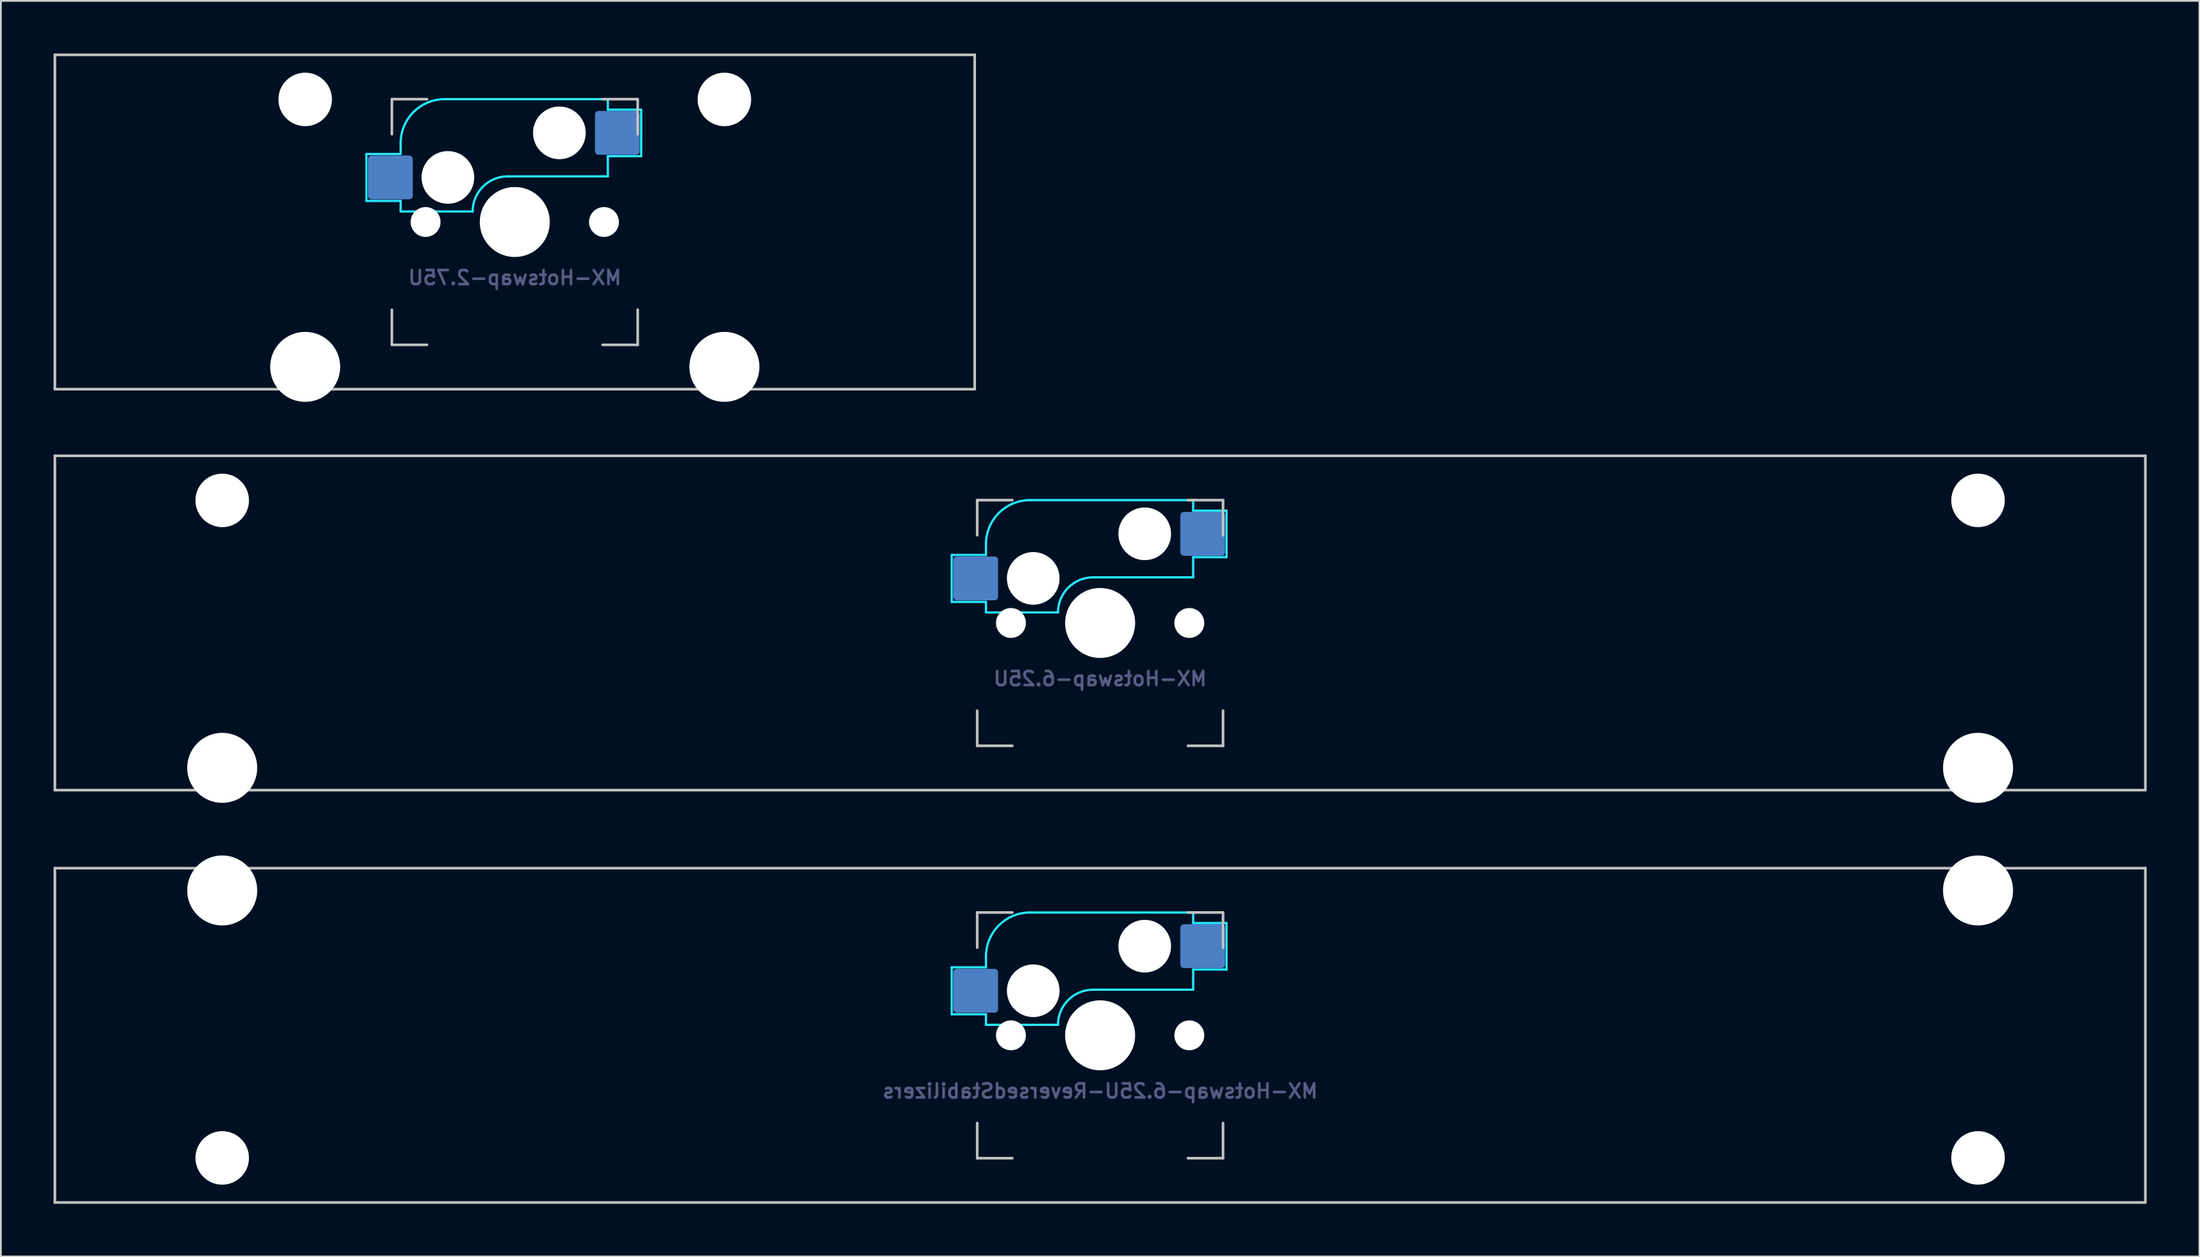
<source format=kicad_pcb>
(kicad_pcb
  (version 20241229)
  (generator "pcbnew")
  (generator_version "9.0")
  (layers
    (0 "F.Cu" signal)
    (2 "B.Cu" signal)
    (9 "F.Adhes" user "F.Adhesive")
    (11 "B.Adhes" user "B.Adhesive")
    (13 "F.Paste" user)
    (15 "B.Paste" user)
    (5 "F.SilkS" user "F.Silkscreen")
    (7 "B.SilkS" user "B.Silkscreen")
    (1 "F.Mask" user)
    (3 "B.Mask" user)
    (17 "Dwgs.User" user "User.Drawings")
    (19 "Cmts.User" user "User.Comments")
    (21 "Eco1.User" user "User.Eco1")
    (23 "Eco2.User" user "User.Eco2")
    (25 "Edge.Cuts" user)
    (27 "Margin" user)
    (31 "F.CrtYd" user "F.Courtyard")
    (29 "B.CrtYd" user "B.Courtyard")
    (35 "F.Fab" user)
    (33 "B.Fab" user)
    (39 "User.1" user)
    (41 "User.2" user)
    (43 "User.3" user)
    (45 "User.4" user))
  (footprint "MX-Hotswap-6.25U-ReversedStabilizers"
    (layer "F.Cu")
    (at 59.606 55.947)
    (property "Reference" "MX-Hotswap-6.25U-ReversedStabilizers" (at 0 3.175 0) (layer "B.Fab") (effects (font (size 0.8 0.8) (thickness 0.15)) (justify mirror)))
    (attr smd)
    (fp_line (start -59.531 9.525) (end -59.531 -9.525) (stroke (width 0.15) (type solid)) (layer "Dwgs.User"))
    (fp_line (start -7 -7) (end -7 -5) (stroke (width 0.15) (type solid)) (layer "Dwgs.User"))
    (fp_line (start -7 5) (end -7 7) (stroke (width 0.15) (type solid)) (layer "Dwgs.User"))
    (fp_line (start -7 7) (end -5 7) (stroke (width 0.15) (type solid)) (layer "Dwgs.User"))
    (fp_line (start -5 -7) (end -7 -7) (stroke (width 0.15) (type solid)) (layer "Dwgs.User"))
    (fp_line (start 5 -7) (end 7 -7) (stroke (width 0.15) (type solid)) (layer "Dwgs.User"))
    (fp_line (start 5 7) (end 7 7) (stroke (width 0.15) (type solid)) (layer "Dwgs.User"))
    (fp_line (start 7 -7) (end 7 -5) (stroke (width 0.15) (type solid)) (layer "Dwgs.User"))
    (fp_line (start 7 7) (end 7 5) (stroke (width 0.15) (type solid)) (layer "Dwgs.User"))
    (fp_line (start 59.531 -9.525) (end -59.531 -9.525) (stroke (width 0.15) (type solid)) (layer "Dwgs.User"))
    (fp_line (start 59.531 9.525) (end -59.531 9.525) (stroke (width 0.15) (type solid)) (layer "Dwgs.User"))
    (fp_line (start 59.531 9.525) (end 59.531 -9.525) (stroke (width 0.15) (type solid)) (layer "Dwgs.User"))
    (fp_line (start -8.45 -3.875) (end -8.45 -1.2) (stroke (width 0.127) (type solid)) (layer "B.CrtYd"))
    (fp_line (start -8.45 -1.2) (end -6.5 -1.2) (stroke (width 0.127) (type solid)) (layer "B.CrtYd"))
    (fp_line (start -6.5 -4.5) (end -6.5 -3.875) (stroke (width 0.127) (type solid)) (layer "B.CrtYd"))
    (fp_line (start -6.5 -3.875) (end -8.45 -3.875) (stroke (width 0.127) (type solid)) (layer "B.CrtYd"))
    (fp_line (start -6.5 -0.6) (end -6.5 -1.2) (stroke (width 0.127) (type solid)) (layer "B.CrtYd"))
    (fp_line (start -6.5 -0.6) (end -2.4 -0.6) (stroke (width 0.127) (type solid)) (layer "B.CrtYd"))
    (fp_line (start -0.4 -2.6) (end 5.3 -2.6) (stroke (width 0.127) (type solid)) (layer "B.CrtYd"))
    (fp_line (start 5.3 -7) (end -4 -7) (stroke (width 0.127) (type solid)) (layer "B.CrtYd"))
    (fp_line (start 5.3 -7) (end 5.3 -6.4) (stroke (width 0.127) (type solid)) (layer "B.CrtYd"))
    (fp_line (start 5.3 -6.4) (end 7.2 -6.4) (stroke (width 0.127) (type solid)) (layer "B.CrtYd"))
    (fp_line (start 5.3 -2.6) (end 5.3 -3.75) (stroke (width 0.127) (type solid)) (layer "B.CrtYd"))
    (fp_line (start 7.2 -6.4) (end 7.2 -3.75) (stroke (width 0.127) (type solid)) (layer "B.CrtYd"))
    (fp_line (start 7.2 -3.75) (end 5.3 -3.75) (stroke (width 0.127) (type solid)) (layer "B.CrtYd"))
    (fp_arc (start -6.5 -4.5) (mid -5.767767 -6.267767) (end -4 -7) (stroke (width 0.127) (type solid)) (layer "B.CrtYd"))
    (fp_arc (start -2.4 -0.6) (mid -1.814214 -2.014214) (end -0.4 -2.6) (stroke (width 0.127) (type solid)) (layer "B.CrtYd"))
    (pad "" np_thru_hole circle (at -50 -8.255) (size 3.988 3.988) (drill 3.988) (layers "*.Cu" "*.Mask"))
    (pad "" np_thru_hole circle (at -50 6.985) (size 3.048 3.048) (drill 3.048) (layers "*.Cu" "*.Mask"))
    (pad "" np_thru_hole circle (at -5.08 0 48.099) (size 1.702 1.702) (drill 1.702) (layers "*.Cu" "*.Mask"))
    (pad "" np_thru_hole circle (at -3.81 -2.54) (size 3 3) (drill 3) (layers "*.Cu" "*.Mask"))
    (pad "" np_thru_hole circle (at 0 0) (size 3.988 3.988) (drill 3.988) (layers "*.Cu" "*.Mask"))
    (pad "" np_thru_hole circle (at 2.54 -5.08) (size 3 3) (drill 3) (layers "*.Cu" "*.Mask"))
    (pad "" np_thru_hole circle (at 5.08 0 48.099) (size 1.702 1.702) (drill 1.702) (layers "*.Cu" "*.Mask"))
    (pad "" np_thru_hole circle (at 50 -8.255) (size 3.988 3.988) (drill 3.988) (layers "*.Cu" "*.Mask"))
    (pad "" np_thru_hole circle (at 50 6.985) (size 3.048 3.048) (drill 3.048) (layers "*.Cu" "*.Mask"))
    (pad "1" smd roundrect (at -7.085 -2.54) (size 2.55 2.5) (layers "B.Cu" "B.Mask" "B.Paste") (roundrect_rratio 0.08))
    (pad "2" smd roundrect (at 5.842 -5.08) (size 2.55 2.5) (layers "B.Cu" "B.Mask" "B.Paste") (roundrect_rratio 0.08)))
  (footprint "MX-Hotswap-6.25U"
    (layer "F.Cu")
    (at 59.606 32.449)
    (property "Reference" "MX-Hotswap-6.25U" (at 0 3.175 0) (layer "B.Fab") (effects (font (size 0.8 0.8) (thickness 0.15)) (justify mirror)))
    (attr smd)
    (fp_line (start -59.531 9.525) (end -59.531 -9.525) (stroke (width 0.15) (type solid)) (layer "Dwgs.User"))
    (fp_line (start -7 -7) (end -7 -5) (stroke (width 0.15) (type solid)) (layer "Dwgs.User"))
    (fp_line (start -7 5) (end -7 7) (stroke (width 0.15) (type solid)) (layer "Dwgs.User"))
    (fp_line (start -7 7) (end -5 7) (stroke (width 0.15) (type solid)) (layer "Dwgs.User"))
    (fp_line (start -5 -7) (end -7 -7) (stroke (width 0.15) (type solid)) (layer "Dwgs.User"))
    (fp_line (start 5 -7) (end 7 -7) (stroke (width 0.15) (type solid)) (layer "Dwgs.User"))
    (fp_line (start 5 7) (end 7 7) (stroke (width 0.15) (type solid)) (layer "Dwgs.User"))
    (fp_line (start 7 -7) (end 7 -5) (stroke (width 0.15) (type solid)) (layer "Dwgs.User"))
    (fp_line (start 7 7) (end 7 5) (stroke (width 0.15) (type solid)) (layer "Dwgs.User"))
    (fp_line (start 59.531 -9.525) (end -59.531 -9.525) (stroke (width 0.15) (type solid)) (layer "Dwgs.User"))
    (fp_line (start 59.531 9.525) (end -59.531 9.525) (stroke (width 0.15) (type solid)) (layer "Dwgs.User"))
    (fp_line (start 59.531 9.525) (end 59.531 -9.525) (stroke (width 0.15) (type solid)) (layer "Dwgs.User"))
    (fp_line (start -8.45 -3.875) (end -8.45 -1.2) (stroke (width 0.127) (type solid)) (layer "B.CrtYd"))
    (fp_line (start -8.45 -1.2) (end -6.5 -1.2) (stroke (width 0.127) (type solid)) (layer "B.CrtYd"))
    (fp_line (start -6.5 -4.5) (end -6.5 -3.875) (stroke (width 0.127) (type solid)) (layer "B.CrtYd"))
    (fp_line (start -6.5 -3.875) (end -8.45 -3.875) (stroke (width 0.127) (type solid)) (layer "B.CrtYd"))
    (fp_line (start -6.5 -0.6) (end -6.5 -1.2) (stroke (width 0.127) (type solid)) (layer "B.CrtYd"))
    (fp_line (start -6.5 -0.6) (end -2.4 -0.6) (stroke (width 0.127) (type solid)) (layer "B.CrtYd"))
    (fp_line (start -0.4 -2.6) (end 5.3 -2.6) (stroke (width 0.127) (type solid)) (layer "B.CrtYd"))
    (fp_line (start 5.3 -7) (end -4 -7) (stroke (width 0.127) (type solid)) (layer "B.CrtYd"))
    (fp_line (start 5.3 -7) (end 5.3 -6.4) (stroke (width 0.127) (type solid)) (layer "B.CrtYd"))
    (fp_line (start 5.3 -6.4) (end 7.2 -6.4) (stroke (width 0.127) (type solid)) (layer "B.CrtYd"))
    (fp_line (start 5.3 -2.6) (end 5.3 -3.75) (stroke (width 0.127) (type solid)) (layer "B.CrtYd"))
    (fp_line (start 7.2 -6.4) (end 7.2 -3.75) (stroke (width 0.127) (type solid)) (layer "B.CrtYd"))
    (fp_line (start 7.2 -3.75) (end 5.3 -3.75) (stroke (width 0.127) (type solid)) (layer "B.CrtYd"))
    (fp_arc (start -6.5 -4.5) (mid -5.767767 -6.267767) (end -4 -7) (stroke (width 0.127) (type solid)) (layer "B.CrtYd"))
    (fp_arc (start -2.4 -0.6) (mid -1.814214 -2.014214) (end -0.4 -2.6) (stroke (width 0.127) (type solid)) (layer "B.CrtYd"))
    (pad "" np_thru_hole circle (at -50 -6.985) (size 3.048 3.048) (drill 3.048) (layers "*.Cu" "*.Mask"))
    (pad "" np_thru_hole circle (at -50 8.255) (size 3.988 3.988) (drill 3.988) (layers "*.Cu" "*.Mask"))
    (pad "" np_thru_hole circle (at -5.08 0 48.099) (size 1.702 1.702) (drill 1.702) (layers "*.Cu" "*.Mask"))
    (pad "" np_thru_hole circle (at -3.81 -2.54) (size 3 3) (drill 3) (layers "*.Cu" "*.Mask"))
    (pad "" np_thru_hole circle (at 0 0) (size 3.988 3.988) (drill 3.988) (layers "*.Cu" "*.Mask"))
    (pad "" np_thru_hole circle (at 2.54 -5.08) (size 3 3) (drill 3) (layers "*.Cu" "*.Mask"))
    (pad "" np_thru_hole circle (at 5.08 0 48.099) (size 1.702 1.702) (drill 1.702) (layers "*.Cu" "*.Mask"))
    (pad "" np_thru_hole circle (at 50 -6.985) (size 3.048 3.048) (drill 3.048) (layers "*.Cu" "*.Mask"))
    (pad "" np_thru_hole circle (at 50 8.255) (size 3.988 3.988) (drill 3.988) (layers "*.Cu" "*.Mask"))
    (pad "1" smd roundrect (at -7.085 -2.54) (size 2.55 2.5) (layers "B.Cu" "B.Mask" "B.Paste") (roundrect_rratio 0.08))
    (pad "2" smd roundrect (at 5.842 -5.08) (size 2.55 2.5) (layers "B.Cu" "B.Mask" "B.Paste") (roundrect_rratio 0.08)))
  (footprint "MX-Hotswap-2.75U"
    (layer "F.Cu")
    (at 26.269 9.6)
    (property "Reference" "MX-Hotswap-2.75U" (at 0 3.175 0) (layer "B.Fab") (effects (font (size 0.8 0.8) (thickness 0.15)) (justify mirror)))
    (attr smd)
    (fp_line (start -26.194 9.525) (end -26.194 -9.525) (stroke (width 0.15) (type solid)) (layer "Dwgs.User"))
    (fp_line (start -7 -7) (end -7 -5) (stroke (width 0.15) (type solid)) (layer "Dwgs.User"))
    (fp_line (start -7 5) (end -7 7) (stroke (width 0.15) (type solid)) (layer "Dwgs.User"))
    (fp_line (start -7 7) (end -5 7) (stroke (width 0.15) (type solid)) (layer "Dwgs.User"))
    (fp_line (start -5 -7) (end -7 -7) (stroke (width 0.15) (type solid)) (layer "Dwgs.User"))
    (fp_line (start 5 -7) (end 7 -7) (stroke (width 0.15) (type solid)) (layer "Dwgs.User"))
    (fp_line (start 5 7) (end 7 7) (stroke (width 0.15) (type solid)) (layer "Dwgs.User"))
    (fp_line (start 7 -7) (end 7 -5) (stroke (width 0.15) (type solid)) (layer "Dwgs.User"))
    (fp_line (start 7 7) (end 7 5) (stroke (width 0.15) (type solid)) (layer "Dwgs.User"))
    (fp_line (start 26.194 -9.525) (end -26.194 -9.525) (stroke (width 0.15) (type solid)) (layer "Dwgs.User"))
    (fp_line (start 26.194 9.525) (end -26.194 9.525) (stroke (width 0.15) (type solid)) (layer "Dwgs.User"))
    (fp_line (start 26.194 9.525) (end 26.194 -9.525) (stroke (width 0.15) (type solid)) (layer "Dwgs.User"))
    (fp_line (start -8.45 -3.875) (end -8.45 -1.2) (stroke (width 0.127) (type solid)) (layer "B.CrtYd"))
    (fp_line (start -8.45 -1.2) (end -6.5 -1.2) (stroke (width 0.127) (type solid)) (layer "B.CrtYd"))
    (fp_line (start -6.5 -4.5) (end -6.5 -3.875) (stroke (width 0.127) (type solid)) (layer "B.CrtYd"))
    (fp_line (start -6.5 -3.875) (end -8.45 -3.875) (stroke (width 0.127) (type solid)) (layer "B.CrtYd"))
    (fp_line (start -6.5 -0.6) (end -6.5 -1.2) (stroke (width 0.127) (type solid)) (layer "B.CrtYd"))
    (fp_line (start -6.5 -0.6) (end -2.4 -0.6) (stroke (width 0.127) (type solid)) (layer "B.CrtYd"))
    (fp_line (start -0.4 -2.6) (end 5.3 -2.6) (stroke (width 0.127) (type solid)) (layer "B.CrtYd"))
    (fp_line (start 5.3 -7) (end -4 -7) (stroke (width 0.127) (type solid)) (layer "B.CrtYd"))
    (fp_line (start 5.3 -7) (end 5.3 -6.4) (stroke (width 0.127) (type solid)) (layer "B.CrtYd"))
    (fp_line (start 5.3 -6.4) (end 7.2 -6.4) (stroke (width 0.127) (type solid)) (layer "B.CrtYd"))
    (fp_line (start 5.3 -2.6) (end 5.3 -3.75) (stroke (width 0.127) (type solid)) (layer "B.CrtYd"))
    (fp_line (start 7.2 -6.4) (end 7.2 -3.75) (stroke (width 0.127) (type solid)) (layer "B.CrtYd"))
    (fp_line (start 7.2 -3.75) (end 5.3 -3.75) (stroke (width 0.127) (type solid)) (layer "B.CrtYd"))
    (fp_arc (start -6.5 -4.5) (mid -5.767767 -6.267767) (end -4 -7) (stroke (width 0.127) (type solid)) (layer "B.CrtYd"))
    (fp_arc (start -2.4 -0.6) (mid -1.814214 -2.014214) (end -0.4 -2.6) (stroke (width 0.127) (type solid)) (layer "B.CrtYd"))
    (pad "" np_thru_hole circle (at -11.938 -6.985) (size 3.048 3.048) (drill 3.048) (layers "*.Cu" "*.Mask"))
    (pad "" np_thru_hole circle (at -11.938 8.255) (size 3.988 3.988) (drill 3.988) (layers "*.Cu" "*.Mask"))
    (pad "" np_thru_hole circle (at -5.08 0 48.099) (size 1.702 1.702) (drill 1.702) (layers "*.Cu" "*.Mask"))
    (pad "" np_thru_hole circle (at -3.81 -2.54) (size 3 3) (drill 3) (layers "*.Cu" "*.Mask"))
    (pad "" np_thru_hole circle (at 0 0) (size 3.988 3.988) (drill 3.988) (layers "*.Cu" "*.Mask"))
    (pad "" np_thru_hole circle (at 2.54 -5.08) (size 3 3) (drill 3) (layers "*.Cu" "*.Mask"))
    (pad "" np_thru_hole circle (at 5.08 0 48.099) (size 1.702 1.702) (drill 1.702) (layers "*.Cu" "*.Mask"))
    (pad "" np_thru_hole circle (at 11.938 -6.985) (size 3.048 3.048) (drill 3.048) (layers "*.Cu" "*.Mask"))
    (pad "" np_thru_hole circle (at 11.938 8.255) (size 3.988 3.988) (drill 3.988) (layers "*.Cu" "*.Mask"))
    (pad "1" smd roundrect (at -7.085 -2.54) (size 2.55 2.5) (layers "B.Cu" "B.Mask" "B.Paste") (roundrect_rratio 0.08))
    (pad "2" smd roundrect (at 5.842 -5.08) (size 2.55 2.5) (layers "B.Cu" "B.Mask" "B.Paste") (roundrect_rratio 0.08)))
  (gr_rect
    (start -3 -3)
    (end 122.213 68.547)
    (stroke (width 0.1) (type default))
    (fill no)
    (layer "Edge.Cuts")))
</source>
